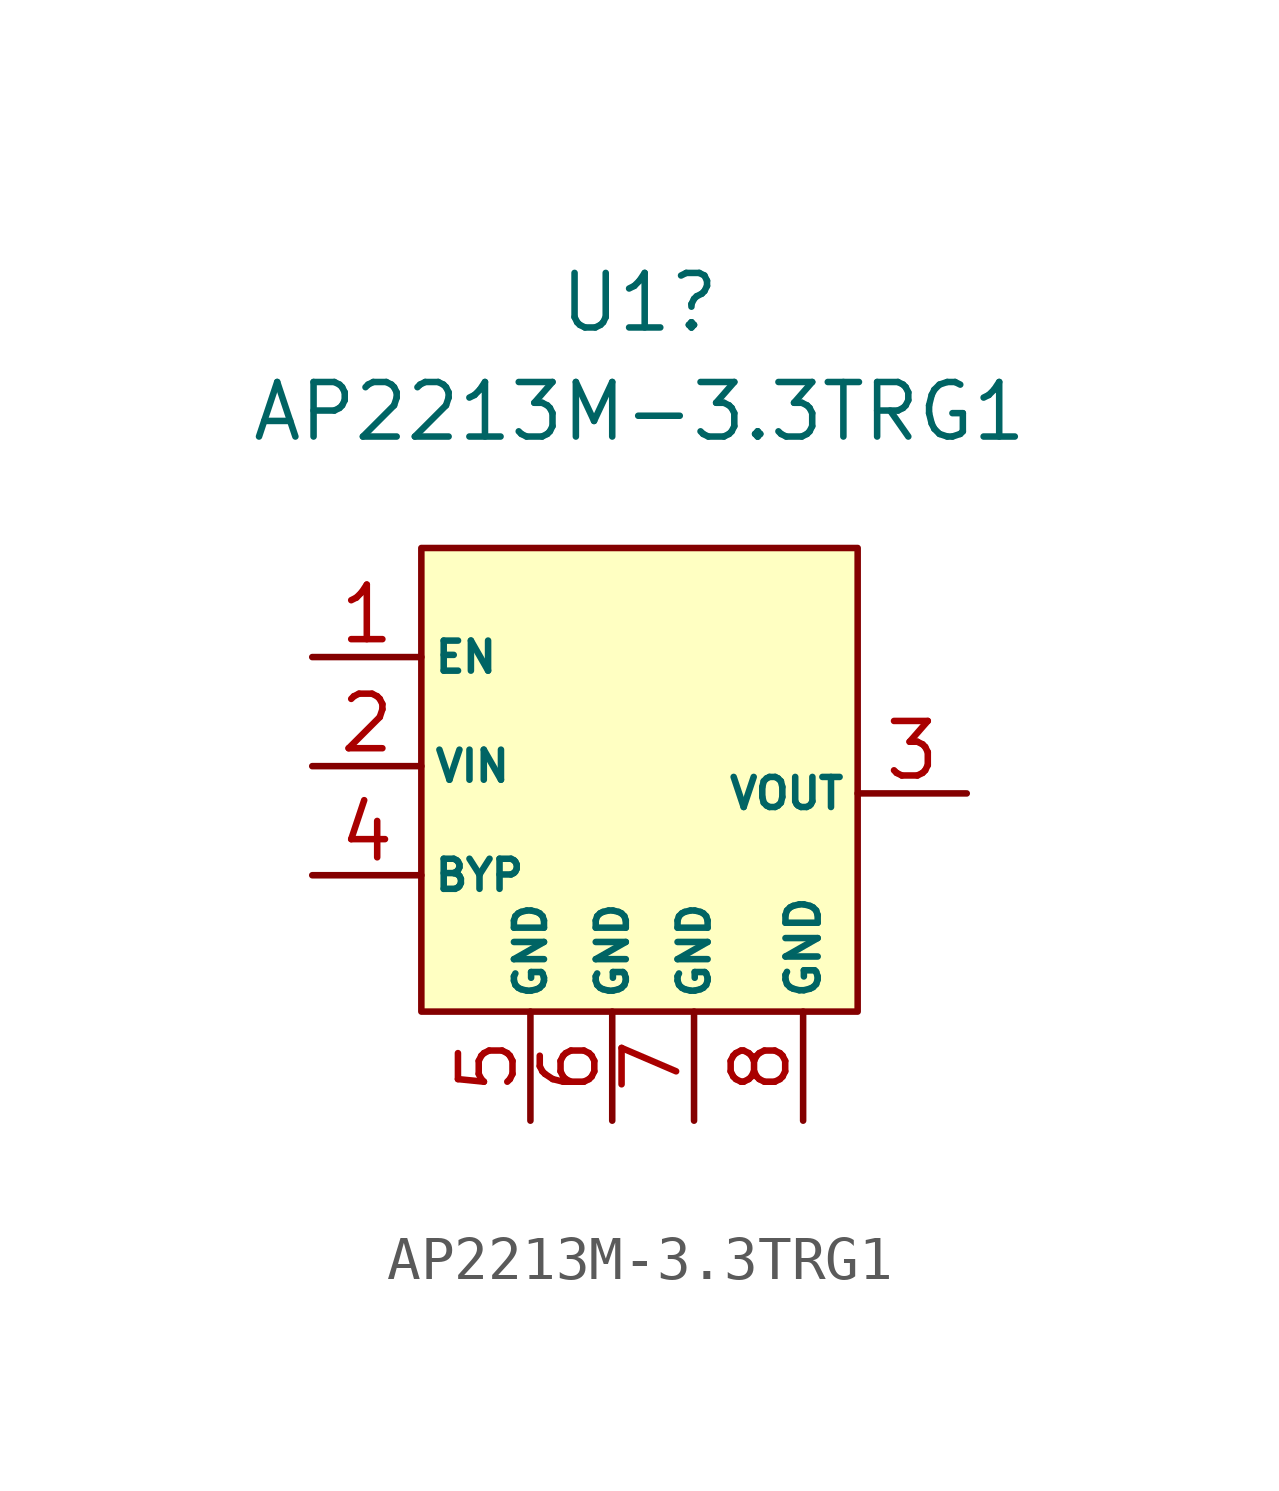
<source format=kicad_sym>
(kicad_symbol_lib
  (version 20211014)
  (generator kicad_symbol_editor)
  (symbol "AP2213M-3.3TRG1"
    (pin_names
      (offset 0.254))
    (property "Reference" "U1"
      (at -1.27 10.16 0)
      (effects (font (size 1.27 1.27))))
    (property "Value" "AP2213M-3.3TRG1"
      (at -1.27 7.62 0)
      (effects (font (size 1.27 1.27))))
    (symbol "AP2213M-3.3TRG1_0_1"
      (rectangle (start -6.35 4.445) (end 3.81 -6.35) (stroke (width 0) (type default) (color 0 0 0 0)) (fill (type background))))
    (symbol "AP2213M-3.3TRG1_1_1"
      (pin input line (at -8.89 1.905 0) (length 2.54) (name "EN" (effects (font (size 0.7 0.7)))) (number "1" (effects (font (size 1.27 1.27)))))
      (pin input line (at -8.89 -0.635 0) (length 2.54) (name "VIN" (effects (font (size 0.7 0.7)))) (number "2" (effects (font (size 1.27 1.27)))))
      (pin output line (at 6.35 -1.27 180) (length 2.54) (name "VOUT" (effects (font (size 0.7 0.7)))) (number "3" (effects (font (size 1.27 1.27)))))
      (pin input line (at -8.89 -3.175 0) (length 2.54) (name "BYP" (effects (font (size 0.7 0.7)))) (number "4" (effects (font (size 1.27 1.27)))))
      (pin input line (at -3.81 -8.89 90) (length 2.54) (name "GND" (effects (font (size 0.7 0.7)))) (number "5" (effects (font (size 1.27 1.27)))))
      (pin input line (at -1.905 -8.89 90) (length 2.54) (name "GND" (effects (font (size 0.7 0.7)))) (number "6" (effects (font (size 1.27 1.27)))))
      (pin input line (at 0 -8.89 90) (length 2.54) (name "GND" (effects (font (size 0.7 0.7)))) (number "7" (effects (font (size 1.27 1.27)))))
      (pin input line (at 2.54 -8.89 90) (length 2.54) (name "GND" (effects (font (size 0.75 0.75)))) (number "8" (effects (font (size 1.27 1.27))))))))
</source>
